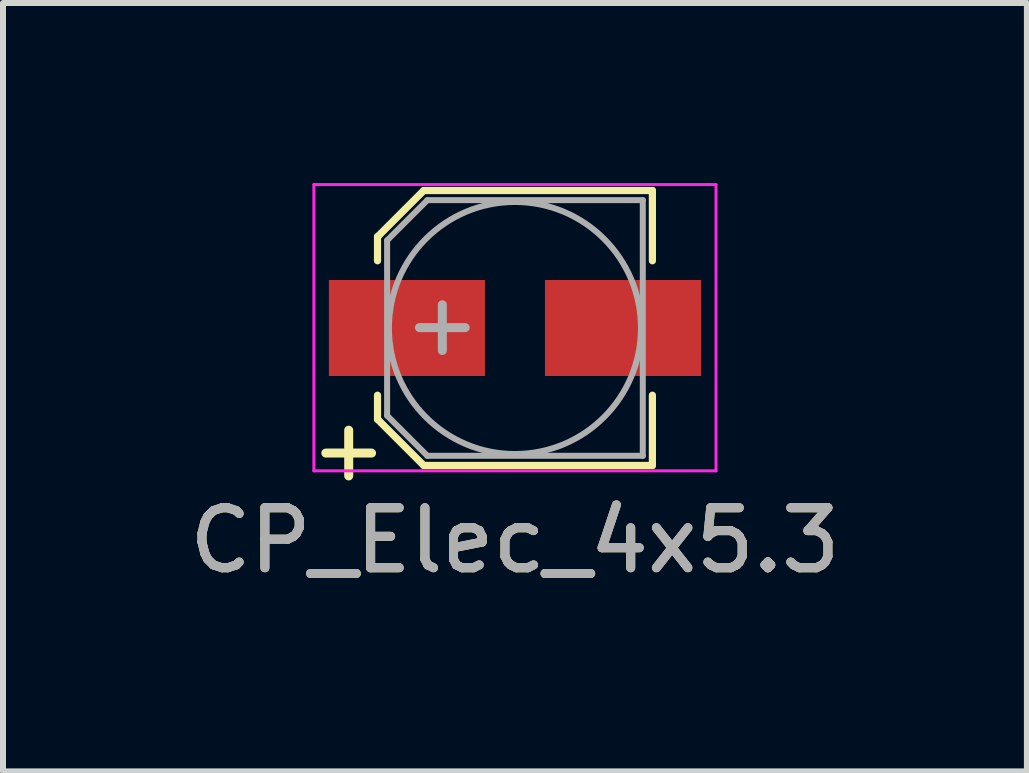
<source format=kicad_pcb>
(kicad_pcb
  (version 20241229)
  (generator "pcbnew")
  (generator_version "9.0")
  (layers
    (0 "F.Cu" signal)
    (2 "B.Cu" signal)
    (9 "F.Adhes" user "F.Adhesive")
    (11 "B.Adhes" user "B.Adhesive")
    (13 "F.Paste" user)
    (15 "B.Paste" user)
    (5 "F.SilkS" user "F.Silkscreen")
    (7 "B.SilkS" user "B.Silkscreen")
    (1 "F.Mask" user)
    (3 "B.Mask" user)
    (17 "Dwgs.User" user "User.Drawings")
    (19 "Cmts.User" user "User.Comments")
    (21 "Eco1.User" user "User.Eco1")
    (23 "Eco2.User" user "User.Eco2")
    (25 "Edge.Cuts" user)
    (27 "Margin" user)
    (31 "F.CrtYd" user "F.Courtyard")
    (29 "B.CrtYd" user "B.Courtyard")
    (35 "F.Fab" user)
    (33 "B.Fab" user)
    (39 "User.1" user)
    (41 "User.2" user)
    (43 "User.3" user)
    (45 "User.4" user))
  (footprint "CP_Elec_4x5.3"
    (layer "F.Cu")
    (at 5.53 2.415)
    (property "Reference" "CP_Elec_4x5.3" (at 0 3.54 0) (layer "F.SilkS") (effects (font (size 1 1) (thickness 0.15))))
    (attr smd)
    (fp_line (start -2.29 -1.52) (end -2.29 -1.12) (stroke (width 0.12) (type solid)) (layer "F.SilkS"))
    (fp_line (start -2.29 1.52) (end -2.29 1.12) (stroke (width 0.12) (type solid)) (layer "F.SilkS"))
    (fp_line (start -1.52 -2.29) (end -2.29 -1.52) (stroke (width 0.12) (type solid)) (layer "F.SilkS"))
    (fp_line (start -1.52 -2.29) (end 2.29 -2.29) (stroke (width 0.12) (type solid)) (layer "F.SilkS"))
    (fp_line (start -1.52 2.29) (end -2.29 1.52) (stroke (width 0.12) (type solid)) (layer "F.SilkS"))
    (fp_line (start -1.52 2.29) (end 2.29 2.29) (stroke (width 0.12) (type solid)) (layer "F.SilkS"))
    (fp_line (start 2.29 -2.29) (end 2.29 -1.12) (stroke (width 0.12) (type solid)) (layer "F.SilkS"))
    (fp_line (start 2.29 2.29) (end 2.29 1.12) (stroke (width 0.12) (type solid)) (layer "F.SilkS"))
    (fp_line (start -3.35 -2.39) (end -3.35 2.38) (stroke (width 0.05) (type solid)) (layer "F.CrtYd"))
    (fp_line (start -3.35 -2.39) (end 3.35 -2.39) (stroke (width 0.05) (type solid)) (layer "F.CrtYd"))
    (fp_line (start 3.35 2.38) (end -3.35 2.38) (stroke (width 0.05) (type solid)) (layer "F.CrtYd"))
    (fp_line (start 3.35 2.38) (end 3.35 -2.39) (stroke (width 0.05) (type solid)) (layer "F.CrtYd"))
    (fp_line (start -2.13 -1.46) (end -2.13 1.46) (stroke (width 0.1) (type solid)) (layer "F.Fab"))
    (fp_line (start -2.13 1.46) (end -1.46 2.13) (stroke (width 0.1) (type solid)) (layer "F.Fab"))
    (fp_line (start -1.46 -2.13) (end -2.13 -1.46) (stroke (width 0.1) (type solid)) (layer "F.Fab"))
    (fp_line (start -1.46 2.13) (end 2.13 2.13) (stroke (width 0.1) (type solid)) (layer "F.Fab"))
    (fp_line (start 2.13 -2.13) (end -1.46 -2.13) (stroke (width 0.1) (type solid)) (layer "F.Fab"))
    (fp_line (start 2.13 2.13) (end 2.13 -2.13) (stroke (width 0.1) (type solid)) (layer "F.Fab"))
    (fp_circle (center 0 0) (end 0 2.1) (stroke (width 0.1) (type solid)) (fill no) (layer "F.Fab"))
    (fp_text user "+" (at -2.77 2.01 0) (layer "F.SilkS") (effects (font (size 1 1) (thickness 0.15))))
    (fp_text user "${REFERENCE}" (at 0 3.54 0) (layer "F.Fab") (effects (font (size 1 1) (thickness 0.15))))
    (fp_text user "+" (at -1.21 -0.08 0) (layer "F.Fab") (effects (font (size 1 1) (thickness 0.15))))
    (pad "1" smd rect (at -1.8 0 180) (size 2.6 1.6) (layers "F.Cu" "F.Mask" "F.Paste"))
    (pad "2" smd rect (at 1.8 0 180) (size 2.6 1.6) (layers "F.Cu" "F.Mask" "F.Paste")))
  (gr_rect
    (start -3 -3)
    (end 14.06 9.803)
    (stroke (width 0.1) (type default))
    (fill no)
    (layer "Edge.Cuts")))
</source>
